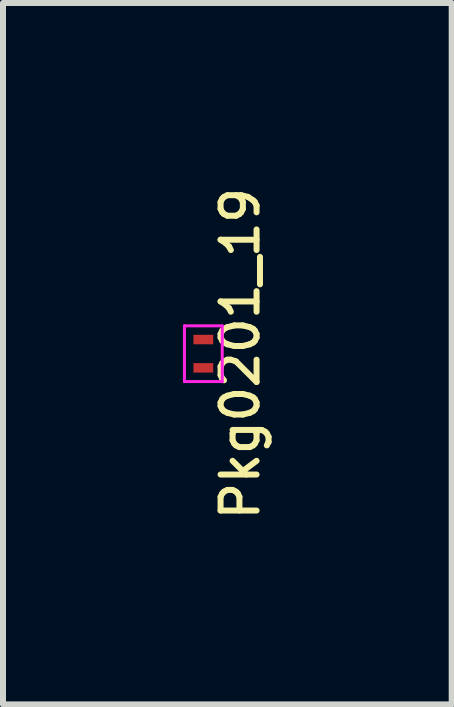
<source format=kicad_pcb>
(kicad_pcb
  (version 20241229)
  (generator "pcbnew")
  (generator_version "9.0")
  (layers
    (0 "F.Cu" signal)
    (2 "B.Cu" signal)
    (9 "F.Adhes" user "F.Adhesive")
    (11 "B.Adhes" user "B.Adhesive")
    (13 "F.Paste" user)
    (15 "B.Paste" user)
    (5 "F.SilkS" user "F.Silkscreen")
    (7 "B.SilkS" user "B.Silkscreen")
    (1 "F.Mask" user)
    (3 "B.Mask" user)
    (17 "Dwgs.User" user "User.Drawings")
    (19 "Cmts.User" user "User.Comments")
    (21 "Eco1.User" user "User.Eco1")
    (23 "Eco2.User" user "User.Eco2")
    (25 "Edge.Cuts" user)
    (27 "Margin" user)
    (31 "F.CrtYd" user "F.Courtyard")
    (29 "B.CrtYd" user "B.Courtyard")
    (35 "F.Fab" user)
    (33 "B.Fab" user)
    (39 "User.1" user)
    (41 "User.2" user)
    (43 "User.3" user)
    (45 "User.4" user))
  (footprint "Pkg0201_19"
    (layer "F.Cu")
    (at 0.34 2.847)
    (property "Reference" "Pkg0201_19" (at 0.615 0 90) (layer "F.SilkS") (effects (font (size 0.6 0.6) (thickness 0.1))))
    (fp_line (start -0.315 -0.465) (end -0.315 0.465) (stroke (width 0.05) (type solid)) (layer "F.CrtYd"))
    (fp_line (start -0.315 0.465) (end 0.315 0.465) (stroke (width 0.05) (type solid)) (layer "F.CrtYd"))
    (fp_line (start 0.315 -0.465) (end -0.315 -0.465) (stroke (width 0.05) (type solid)) (layer "F.CrtYd"))
    (fp_line (start 0.315 0.465) (end 0.315 -0.465) (stroke (width 0.05) (type solid)) (layer "F.CrtYd"))
    (pad "1" smd rect (at 0 -0.236) (size 0.33 0.158) (layers "F.Cu" "F.Mask" "F.Paste"))
    (pad "2" smd rect (at 0 0.236) (size 0.33 0.158) (layers "F.Cu" "F.Mask" "F.Paste")))
  (gr_rect
    (start -3 -3)
    (end 4.481 8.694)
    (stroke (width 0.1) (type default))
    (fill no)
    (layer "Edge.Cuts")))
</source>
